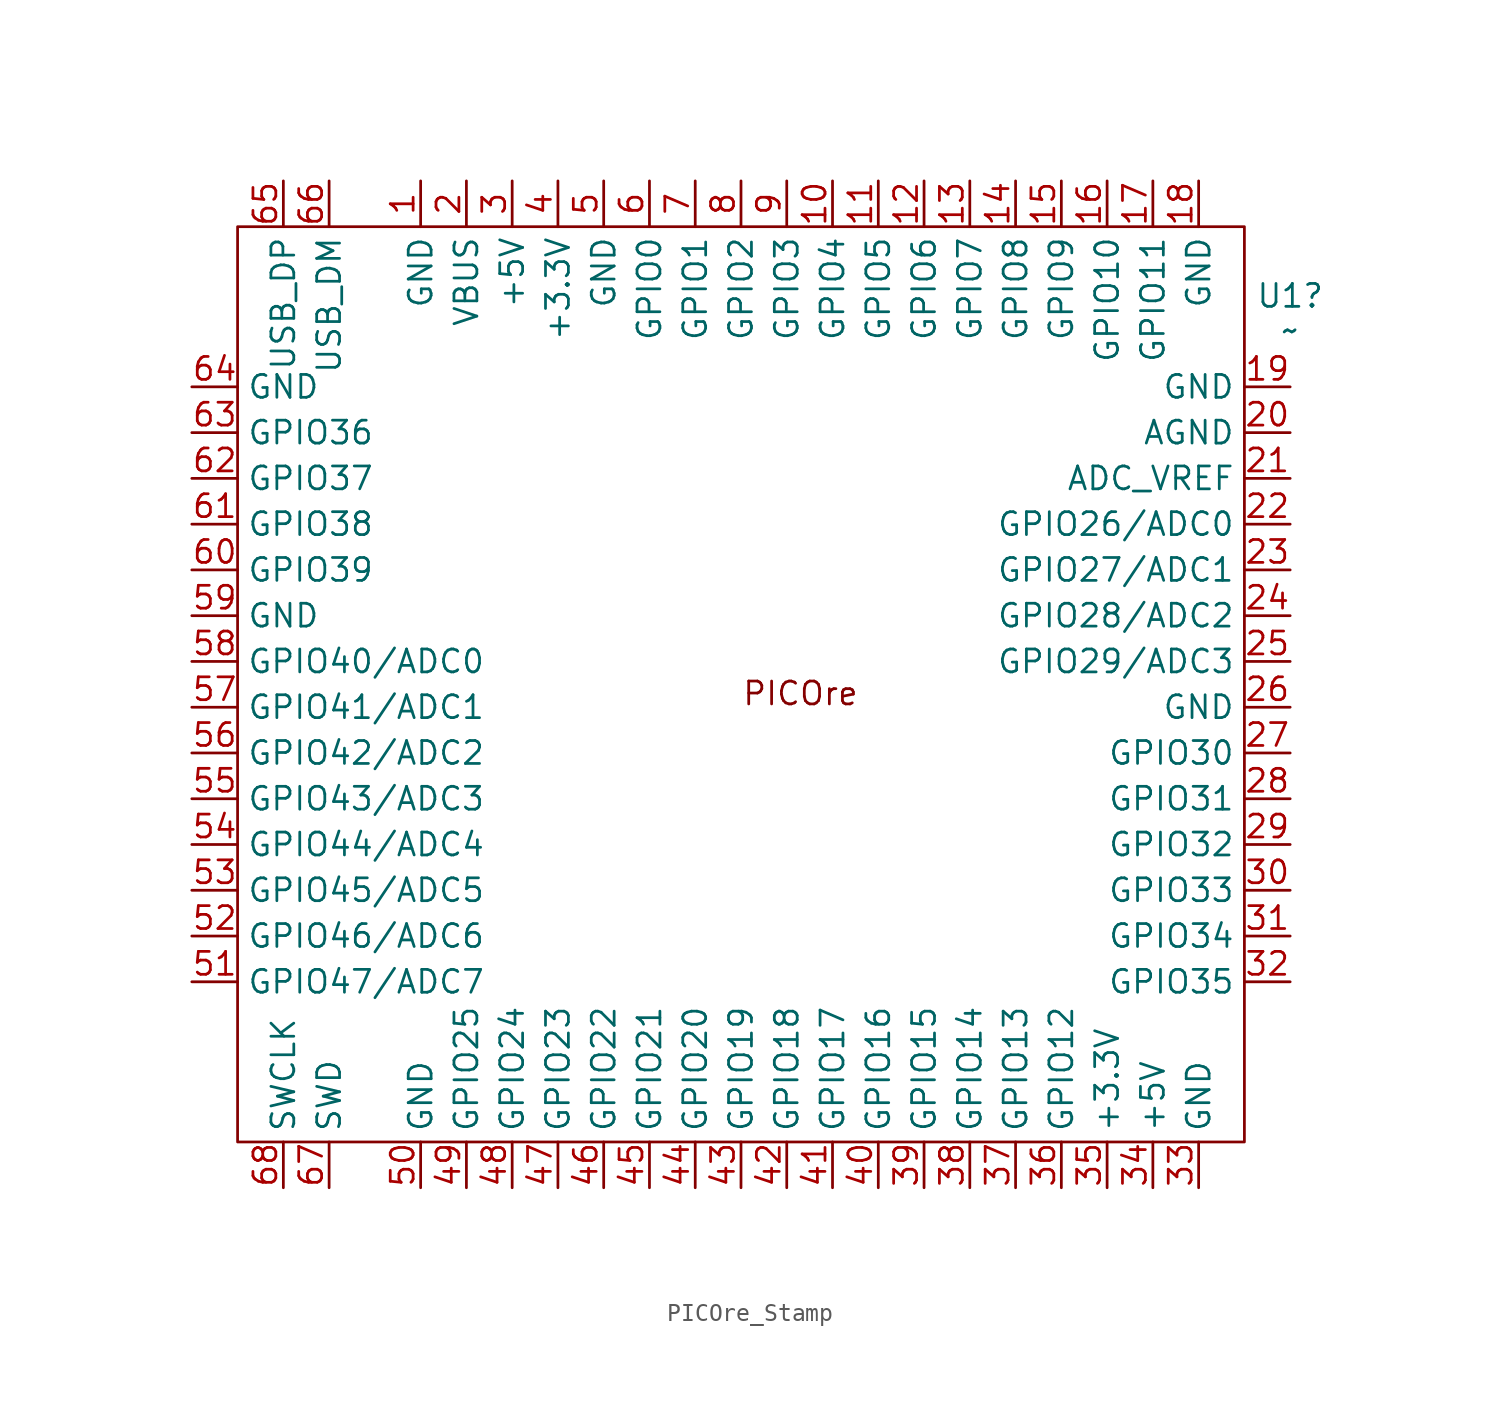
<source format=kicad_sym>
(kicad_symbol_lib
  (version 20231120)
  (generator "kicad_symbol_editor")
  (generator_version "8.0")
  (symbol "PICOre_Stamp"
    (property "Reference" "U1"
      (at 58.42 -3.841 0)
      (effects (font (size 1.27 1.27))))
    (property "Value" "~"
      (at 58.42 -5.747 0)
      (effects (font (size 1.27 1.27))))
    (property "ki_locked" ""
      (at 0 0 0)
      (effects (font (size 1.27 1.27))))
    (symbol "PICOre_Stamp_1_1"
      (rectangle (start 0 0) (end 55.88 -50.8) (stroke (width 0) (type default)) (fill (type none)))
      (text "PICOre\n" (at 31.242 -25.908 0) (effects (font (size 1.27 1.27))))
      (pin passive line (at 10.16 2.54 270) (length 2.54) (name "GND" (effects (font (size 1.27 1.27)))) (number "1" (effects (font (size 1.27 1.27)))))
      (pin bidirectional line (at 33.02 2.54 270) (length 2.54) (name "GPIO4" (effects (font (size 1.27 1.27)))) (number "10" (effects (font (size 1.27 1.27)))))
      (pin bidirectional line (at 35.56 2.54 270) (length 2.54) (name "GPIO5" (effects (font (size 1.27 1.27)))) (number "11" (effects (font (size 1.27 1.27)))))
      (pin bidirectional line (at 38.1 2.54 270) (length 2.54) (name "GPIO6" (effects (font (size 1.27 1.27)))) (number "12" (effects (font (size 1.27 1.27)))))
      (pin bidirectional line (at 40.64 2.54 270) (length 2.54) (name "GPIO7" (effects (font (size 1.27 1.27)))) (number "13" (effects (font (size 1.27 1.27)))))
      (pin bidirectional line (at 43.18 2.54 270) (length 2.54) (name "GPIO8" (effects (font (size 1.27 1.27)))) (number "14" (effects (font (size 1.27 1.27)))))
      (pin bidirectional line (at 45.72 2.54 270) (length 2.54) (name "GPIO9" (effects (font (size 1.27 1.27)))) (number "15" (effects (font (size 1.27 1.27)))))
      (pin bidirectional line (at 48.26 2.54 270) (length 2.54) (name "GPIO10" (effects (font (size 1.27 1.27)))) (number "16" (effects (font (size 1.27 1.27)))))
      (pin bidirectional line (at 50.8 2.54 270) (length 2.54) (name "GPIO11" (effects (font (size 1.27 1.27)))) (number "17" (effects (font (size 1.27 1.27)))))
      (pin passive line (at 53.34 2.54 270) (length 2.54) (name "GND" (effects (font (size 1.27 1.27)))) (number "18" (effects (font (size 1.27 1.27)))))
      (pin passive line (at 58.42 -8.89 180) (length 2.54) (name "GND" (effects (font (size 1.27 1.27)))) (number "19" (effects (font (size 1.27 1.27)))))
      (pin bidirectional line (at 12.7 2.54 270) (length 2.54) (name "VBUS" (effects (font (size 1.27 1.27)))) (number "2" (effects (font (size 1.27 1.27)))))
      (pin passive line (at 58.42 -11.43 180) (length 2.54) (name "AGND" (effects (font (size 1.27 1.27)))) (number "20" (effects (font (size 1.27 1.27)))))
      (pin input line (at 58.42 -13.97 180) (length 2.54) (name "ADC_VREF" (effects (font (size 1.27 1.27)))) (number "21" (effects (font (size 1.27 1.27)))))
      (pin bidirectional line (at 58.42 -16.51 180) (length 2.54) (name "GPIO26/ADC0" (effects (font (size 1.27 1.27)))) (number "22" (effects (font (size 1.27 1.27)))))
      (pin bidirectional line (at 58.42 -19.05 180) (length 2.54) (name "GPIO27/ADC1" (effects (font (size 1.27 1.27)))) (number "23" (effects (font (size 1.27 1.27)))))
      (pin bidirectional line (at 58.42 -21.59 180) (length 2.54) (name "GPIO28/ADC2" (effects (font (size 1.27 1.27)))) (number "24" (effects (font (size 1.27 1.27)))))
      (pin bidirectional line (at 58.42 -24.13 180) (length 2.54) (name "GPIO29/ADC3" (effects (font (size 1.27 1.27)))) (number "25" (effects (font (size 1.27 1.27)))))
      (pin passive line (at 58.42 -26.67 180) (length 2.54) (name "GND" (effects (font (size 1.27 1.27)))) (number "26" (effects (font (size 1.27 1.27)))))
      (pin bidirectional line (at 58.42 -29.21 180) (length 2.54) (name "GPIO30" (effects (font (size 1.27 1.27)))) (number "27" (effects (font (size 1.27 1.27)))))
      (pin bidirectional line (at 58.42 -31.75 180) (length 2.54) (name "GPIO31" (effects (font (size 1.27 1.27)))) (number "28" (effects (font (size 1.27 1.27)))))
      (pin bidirectional line (at 58.42 -34.29 180) (length 2.54) (name "GPIO32" (effects (font (size 1.27 1.27)))) (number "29" (effects (font (size 1.27 1.27)))))
      (pin bidirectional line (at 15.24 2.54 270) (length 2.54) (name "+5V" (effects (font (size 1.27 1.27)))) (number "3" (effects (font (size 1.27 1.27)))))
      (pin bidirectional line (at 58.42 -36.83 180) (length 2.54) (name "GPIO33" (effects (font (size 1.27 1.27)))) (number "30" (effects (font (size 1.27 1.27)))))
      (pin bidirectional line (at 58.42 -39.37 180) (length 2.54) (name "GPIO34" (effects (font (size 1.27 1.27)))) (number "31" (effects (font (size 1.27 1.27)))))
      (pin bidirectional line (at 58.42 -41.91 180) (length 2.54) (name "GPIO35" (effects (font (size 1.27 1.27)))) (number "32" (effects (font (size 1.27 1.27)))))
      (pin passive line (at 53.34 -53.34 90) (length 2.54) (name "GND" (effects (font (size 1.27 1.27)))) (number "33" (effects (font (size 1.27 1.27)))))
      (pin bidirectional line (at 50.8 -53.34 90) (length 2.54) (name "+5V" (effects (font (size 1.27 1.27)))) (number "34" (effects (font (size 1.27 1.27)))))
      (pin bidirectional line (at 48.26 -53.34 90) (length 2.54) (name "+3.3V" (effects (font (size 1.27 1.27)))) (number "35" (effects (font (size 1.27 1.27)))))
      (pin bidirectional line (at 45.72 -53.34 90) (length 2.54) (name "GPIO12" (effects (font (size 1.27 1.27)))) (number "36" (effects (font (size 1.27 1.27)))))
      (pin bidirectional line (at 43.18 -53.34 90) (length 2.54) (name "GPIO13" (effects (font (size 1.27 1.27)))) (number "37" (effects (font (size 1.27 1.27)))))
      (pin bidirectional line (at 40.64 -53.34 90) (length 2.54) (name "GPIO14" (effects (font (size 1.27 1.27)))) (number "38" (effects (font (size 1.27 1.27)))))
      (pin bidirectional line (at 38.1 -53.34 90) (length 2.54) (name "GPIO15" (effects (font (size 1.27 1.27)))) (number "39" (effects (font (size 1.27 1.27)))))
      (pin bidirectional line (at 17.78 2.54 270) (length 2.54) (name "+3.3V" (effects (font (size 1.27 1.27)))) (number "4" (effects (font (size 1.27 1.27)))))
      (pin bidirectional line (at 35.56 -53.34 90) (length 2.54) (name "GPIO16" (effects (font (size 1.27 1.27)))) (number "40" (effects (font (size 1.27 1.27)))))
      (pin bidirectional line (at 33.02 -53.34 90) (length 2.54) (name "GPIO17" (effects (font (size 1.27 1.27)))) (number "41" (effects (font (size 1.27 1.27)))))
      (pin bidirectional line (at 30.48 -53.34 90) (length 2.54) (name "GPIO18" (effects (font (size 1.27 1.27)))) (number "42" (effects (font (size 1.27 1.27)))))
      (pin bidirectional line (at 27.94 -53.34 90) (length 2.54) (name "GPIO19" (effects (font (size 1.27 1.27)))) (number "43" (effects (font (size 1.27 1.27)))))
      (pin bidirectional line (at 25.4 -53.34 90) (length 2.54) (name "GPIO20" (effects (font (size 1.27 1.27)))) (number "44" (effects (font (size 1.27 1.27)))))
      (pin bidirectional line (at 22.86 -53.34 90) (length 2.54) (name "GPIO21" (effects (font (size 1.27 1.27)))) (number "45" (effects (font (size 1.27 1.27)))))
      (pin bidirectional line (at 20.32 -53.34 90) (length 2.54) (name "GPIO22" (effects (font (size 1.27 1.27)))) (number "46" (effects (font (size 1.27 1.27)))))
      (pin bidirectional line (at 17.78 -53.34 90) (length 2.54) (name "GPIO23" (effects (font (size 1.27 1.27)))) (number "47" (effects (font (size 1.27 1.27)))))
      (pin bidirectional line (at 15.24 -53.34 90) (length 2.54) (name "GPIO24" (effects (font (size 1.27 1.27)))) (number "48" (effects (font (size 1.27 1.27)))))
      (pin bidirectional line (at 12.7 -53.34 90) (length 2.54) (name "GPIO25" (effects (font (size 1.27 1.27)))) (number "49" (effects (font (size 1.27 1.27)))))
      (pin passive line (at 20.32 2.54 270) (length 2.54) (name "GND" (effects (font (size 1.27 1.27)))) (number "5" (effects (font (size 1.27 1.27)))))
      (pin passive line (at 10.16 -53.34 90) (length 2.54) (name "GND" (effects (font (size 1.27 1.27)))) (number "50" (effects (font (size 1.27 1.27)))))
      (pin bidirectional line (at -2.54 -41.91 0) (length 2.54) (name "GPIO47/ADC7" (effects (font (size 1.27 1.27)))) (number "51" (effects (font (size 1.27 1.27)))))
      (pin bidirectional line (at -2.54 -39.37 0) (length 2.54) (name "GPIO46/ADC6" (effects (font (size 1.27 1.27)))) (number "52" (effects (font (size 1.27 1.27)))))
      (pin bidirectional line (at -2.54 -36.83 0) (length 2.54) (name "GPIO45/ADC5" (effects (font (size 1.27 1.27)))) (number "53" (effects (font (size 1.27 1.27)))))
      (pin bidirectional line (at -2.54 -34.29 0) (length 2.54) (name "GPIO44/ADC4" (effects (font (size 1.27 1.27)))) (number "54" (effects (font (size 1.27 1.27)))))
      (pin bidirectional line (at -2.54 -31.75 0) (length 2.54) (name "GPIO43/ADC3" (effects (font (size 1.27 1.27)))) (number "55" (effects (font (size 1.27 1.27)))))
      (pin bidirectional line (at -2.54 -29.21 0) (length 2.54) (name "GPIO42/ADC2" (effects (font (size 1.27 1.27)))) (number "56" (effects (font (size 1.27 1.27)))))
      (pin bidirectional line (at -2.54 -26.67 0) (length 2.54) (name "GPIO41/ADC1" (effects (font (size 1.27 1.27)))) (number "57" (effects (font (size 1.27 1.27)))))
      (pin bidirectional line (at -2.54 -24.13 0) (length 2.54) (name "GPIO40/ADC0" (effects (font (size 1.27 1.27)))) (number "58" (effects (font (size 1.27 1.27)))))
      (pin passive line (at -2.54 -21.59 0) (length 2.54) (name "GND" (effects (font (size 1.27 1.27)))) (number "59" (effects (font (size 1.27 1.27)))))
      (pin bidirectional line (at 22.86 2.54 270) (length 2.54) (name "GPIO0" (effects (font (size 1.27 1.27)))) (number "6" (effects (font (size 1.27 1.27)))))
      (pin bidirectional line (at -2.54 -19.05 0) (length 2.54) (name "GPIO39" (effects (font (size 1.27 1.27)))) (number "60" (effects (font (size 1.27 1.27)))))
      (pin bidirectional line (at -2.54 -16.51 0) (length 2.54) (name "GPIO38" (effects (font (size 1.27 1.27)))) (number "61" (effects (font (size 1.27 1.27)))))
      (pin bidirectional line (at -2.54 -13.97 0) (length 2.54) (name "GPIO37" (effects (font (size 1.27 1.27)))) (number "62" (effects (font (size 1.27 1.27)))))
      (pin bidirectional line (at -2.54 -11.43 0) (length 2.54) (name "GPIO36" (effects (font (size 1.27 1.27)))) (number "63" (effects (font (size 1.27 1.27)))))
      (pin passive line (at -2.54 -8.89 0) (length 2.54) (name "GND" (effects (font (size 1.27 1.27)))) (number "64" (effects (font (size 1.27 1.27)))))
      (pin bidirectional line (at 2.54 2.54 270) (length 2.54) (name "USB_DP" (effects (font (size 1.27 1.27)))) (number "65" (effects (font (size 1.27 1.27)))))
      (pin bidirectional line (at 5.08 2.54 270) (length 2.54) (name "USB_DM" (effects (font (size 1.27 1.27)))) (number "66" (effects (font (size 1.27 1.27)))))
      (pin bidirectional line (at 5.08 -53.34 90) (length 2.54) (name "SWD" (effects (font (size 1.27 1.27)))) (number "67" (effects (font (size 1.27 1.27)))))
      (pin bidirectional line (at 2.54 -53.34 90) (length 2.54) (name "SWCLK" (effects (font (size 1.27 1.27)))) (number "68" (effects (font (size 1.27 1.27)))))
      (pin bidirectional line (at 25.4 2.54 270) (length 2.54) (name "GPIO1" (effects (font (size 1.27 1.27)))) (number "7" (effects (font (size 1.27 1.27)))))
      (pin bidirectional line (at 27.94 2.54 270) (length 2.54) (name "GPIO2" (effects (font (size 1.27 1.27)))) (number "8" (effects (font (size 1.27 1.27)))))
      (pin bidirectional line (at 30.48 2.54 270) (length 2.54) (name "GPIO3" (effects (font (size 1.27 1.27)))) (number "9" (effects (font (size 1.27 1.27))))))))
</source>
